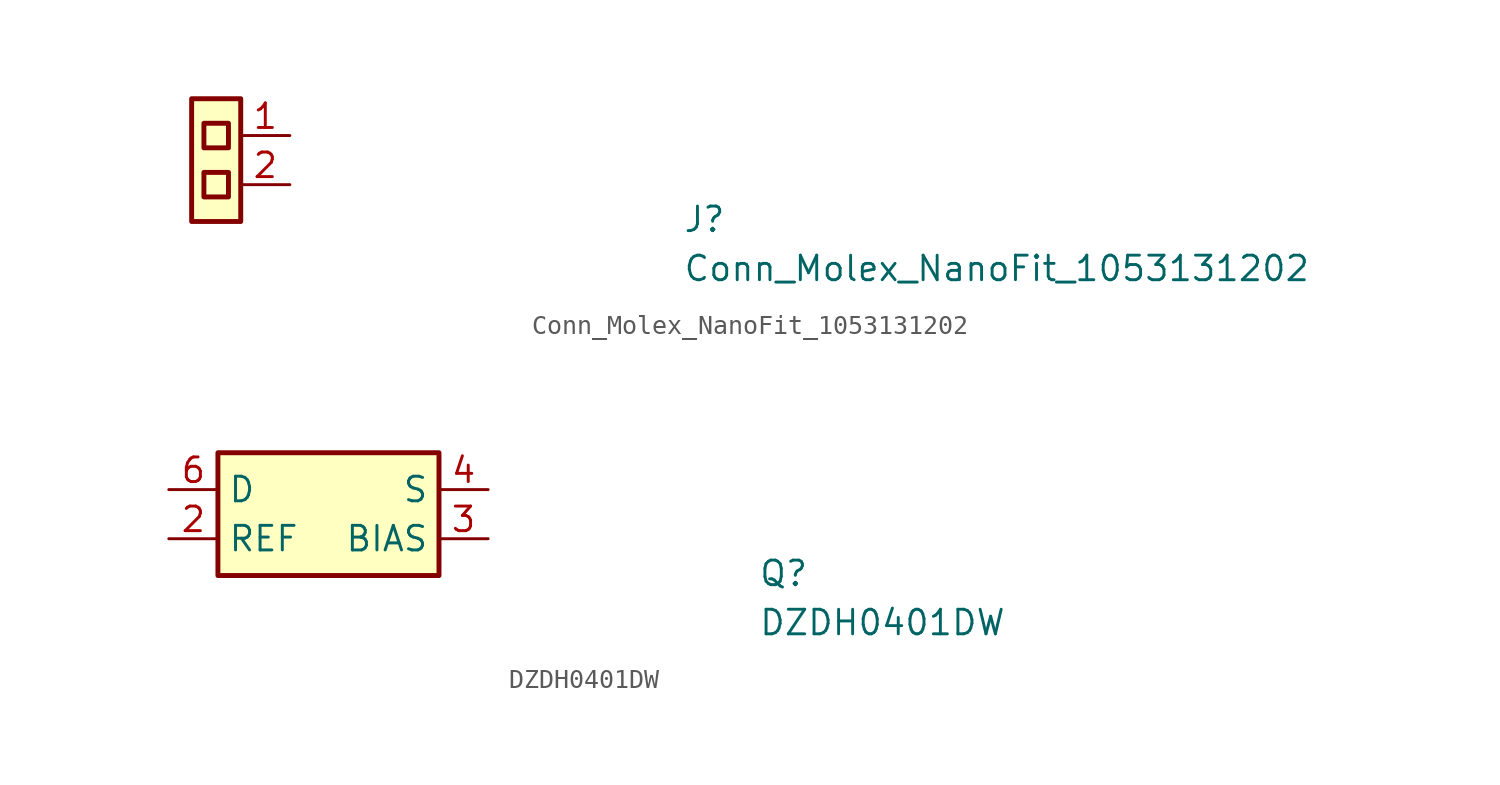
<source format=kicad_sym>
(kicad_symbol_lib
  (version 20211014)
  (generator kicad_symbol_editor)
  (symbol "Conn_Molex_NanoFit_1053131202"
    (property "Reference" "J"
      (at 20.32 -5.08 0)
      (effects (font (size 1.27 1.27) (thickness 0.15)) (justify left bottom)))
    (property "Value" "Conn_Molex_NanoFit_1053131202"
      (at 20.32 -7.62 0)
      (effects (font (size 1.27 1.27) (thickness 0.15)) (justify left bottom)))
    (symbol "Conn_Molex_NanoFit_1053131202_1_1"
      (rectangle (start -5.08 1.905) (end -2.54 -4.445) (stroke (width 0.254) (type default) (color 0 0 0 0)) (fill (type background)))
      (rectangle (start -4.445 -1.905) (end -3.175 -3.175) (stroke (width 0.254) (type default) (color 0 0 0 0)) (fill (type background)))
      (rectangle (start -4.445 0.635) (end -3.175 -0.635) (stroke (width 0.254) (type default) (color 0 0 0 0)) (fill (type background)))
      (pin input line (at 0 0 180) (length 2.54) (name "~" (effects (font (size 1.27 1.27)))) (number "1" (effects (font (size 1.27 1.27)))))
      (pin input line (at 0 -2.54 180) (length 2.54) (name "~" (effects (font (size 1.27 1.27)))) (number "2" (effects (font (size 1.27 1.27)))))))
  (symbol "DZDH0401DW"
    (property "Reference" "Q"
      (at 30.48 -5.08 0)
      (effects (font (size 1.27 1.27) (thickness 0.15)) (justify left bottom)))
    (property "Value" "DZDH0401DW"
      (at 30.48 -7.62 0)
      (effects (font (size 1.27 1.27) (thickness 0.15)) (justify left bottom)))
    (symbol "DZDH0401DW_1_1"
      (rectangle (start 2.54 1.905) (end 13.97 -4.445) (stroke (width 0.254) (type default) (color 0 0 0 0)) (fill (type background)))
      (pin input line (at 0 -2.54 0) (length 2.54) (name "REF" (effects (font (size 1.27 1.27)))) (number "2" (effects (font (size 1.27 1.27)))))
      (pin output line (at 16.51 -2.54 180) (length 2.54) (name "BIAS" (effects (font (size 1.27 1.27)))) (number "3" (effects (font (size 1.27 1.27)))))
      (pin power_in line (at 16.51 0 180) (length 2.54) (name "S" (effects (font (size 1.27 1.27)))) (number "4" (effects (font (size 1.27 1.27)))))
      (pin power_in line (at 0 0 0) (length 2.54) (name "D" (effects (font (size 1.27 1.27)))) (number "6" (effects (font (size 1.27 1.27))))))))
</source>
